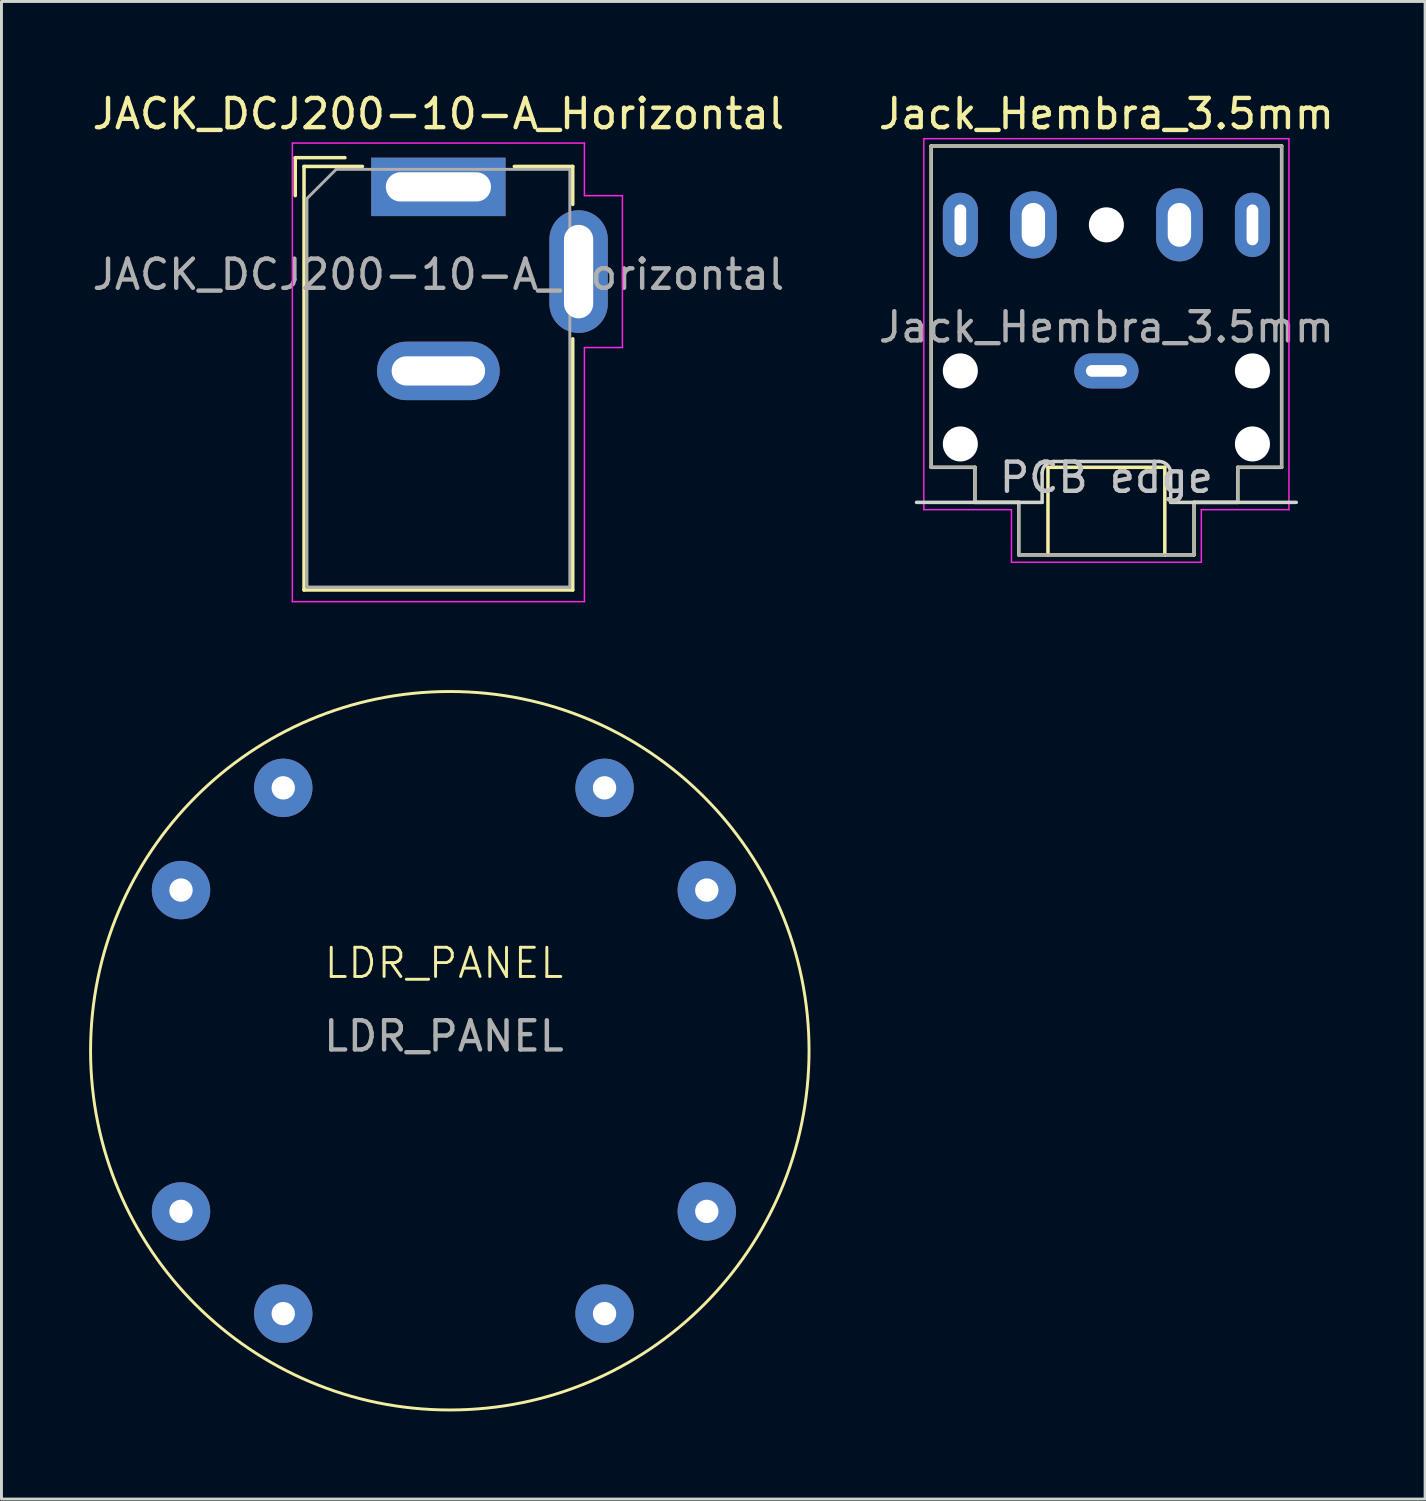
<source format=kicad_pcb>
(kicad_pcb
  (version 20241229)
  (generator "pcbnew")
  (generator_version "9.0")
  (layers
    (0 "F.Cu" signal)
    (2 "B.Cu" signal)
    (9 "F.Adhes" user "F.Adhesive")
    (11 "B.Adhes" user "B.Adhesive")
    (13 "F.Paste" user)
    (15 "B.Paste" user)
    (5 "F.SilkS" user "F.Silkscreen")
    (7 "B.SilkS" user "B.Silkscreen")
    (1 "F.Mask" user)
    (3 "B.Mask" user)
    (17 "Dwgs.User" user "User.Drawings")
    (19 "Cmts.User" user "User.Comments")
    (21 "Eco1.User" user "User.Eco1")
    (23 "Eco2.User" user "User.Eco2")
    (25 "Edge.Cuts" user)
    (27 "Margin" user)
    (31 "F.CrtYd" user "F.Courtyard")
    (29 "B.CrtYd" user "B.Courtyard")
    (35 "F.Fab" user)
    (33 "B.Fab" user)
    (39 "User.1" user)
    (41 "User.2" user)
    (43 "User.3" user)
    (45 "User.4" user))
  (footprint "Jack_Hembra_3.5mm"
    (layer "F.Cu")
    (at 34.827 9.648)
    (property "Reference" "Jack_Hembra_3.5mm" (at 0 -8.8 0) (layer "F.SilkS") (effects (font (size 1 1) (thickness 0.15))))
    (attr through_hole exclude_from_pos_files exclude_from_bom)
    (fp_line (start -6 -7.7) (end 6 -7.7) (stroke (width 0.12) (type solid)) (layer "F.SilkS"))
    (fp_line (start -6 3.3) (end -6 -7.7) (stroke (width 0.12) (type solid)) (layer "F.SilkS"))
    (fp_line (start -4.5 3.3) (end -6 3.3) (stroke (width 0.12) (type solid)) (layer "F.SilkS"))
    (fp_line (start -4.5 4.5) (end -4.5 3.3) (stroke (width 0.12) (type solid)) (layer "F.SilkS"))
    (fp_line (start -3 4.5) (end -4.5 4.5) (stroke (width 0.12) (type solid)) (layer "F.SilkS"))
    (fp_line (start -3 6.3) (end -3 4.5) (stroke (width 0.12) (type solid)) (layer "F.SilkS"))
    (fp_line (start -2 3.3) (end -2 6.3) (stroke (width 0.12) (type solid)) (layer "F.SilkS"))
    (fp_line (start 2 3.3) (end -2 3.3) (stroke (width 0.12) (type solid)) (layer "F.SilkS"))
    (fp_line (start 2 6.3) (end 2 3.3) (stroke (width 0.12) (type solid)) (layer "F.SilkS"))
    (fp_line (start 3 4.5) (end 3 6.3) (stroke (width 0.12) (type solid)) (layer "F.SilkS"))
    (fp_line (start 3 6.3) (end -3 6.3) (stroke (width 0.12) (type solid)) (layer "F.SilkS"))
    (fp_line (start 4.5 3.3) (end 4.5 4.5) (stroke (width 0.12) (type solid)) (layer "F.SilkS"))
    (fp_line (start 4.5 4.5) (end 3 4.5) (stroke (width 0.12) (type solid)) (layer "F.SilkS"))
    (fp_line (start 6 -7.7) (end 6 3.3) (stroke (width 0.12) (type solid)) (layer "F.SilkS"))
    (fp_line (start 6 3.3) (end 4.5 3.3) (stroke (width 0.12) (type solid)) (layer "F.SilkS"))
    (fp_line (start -2.2 3.5) (end -2.2 4.5) (stroke (width 0.12) (type solid)) (layer "Edge.Cuts"))
    (fp_line (start -2.2 4.5) (end -6.5 4.5) (stroke (width 0.12) (type solid)) (layer "Edge.Cuts"))
    (fp_line (start 1.8 3.1) (end -1.8 3.1) (stroke (width 0.12) (type solid)) (layer "Edge.Cuts"))
    (fp_line (start 2.2 3.5) (end 2.2 4.5) (stroke (width 0.12) (type solid)) (layer "Edge.Cuts"))
    (fp_line (start 2.2 4.5) (end 6.5 4.5) (stroke (width 0.12) (type solid)) (layer "Edge.Cuts"))
    (fp_arc (start -2.2 3.5) (mid -2.082842 3.217158) (end -1.8 3.1) (stroke (width 0.12) (type solid)) (layer "Edge.Cuts"))
    (fp_arc (start 1.8 3.1) (mid 2.082843 3.217157) (end 2.2 3.5) (stroke (width 0.12) (type solid)) (layer "Edge.Cuts"))
    (fp_line (start -6.25 -7.95) (end -6.25 4.75) (stroke (width 0.05) (type solid)) (layer "F.CrtYd"))
    (fp_line (start -6.25 4.75) (end -3.25 4.75) (stroke (width 0.05) (type solid)) (layer "F.CrtYd"))
    (fp_line (start -3.25 4.75) (end -3.25 6.55) (stroke (width 0.05) (type solid)) (layer "F.CrtYd"))
    (fp_line (start -3.25 6.55) (end 3.25 6.55) (stroke (width 0.05) (type solid)) (layer "F.CrtYd"))
    (fp_line (start 3.25 4.75) (end 6.25 4.75) (stroke (width 0.05) (type solid)) (layer "F.CrtYd"))
    (fp_line (start 3.25 6.55) (end 3.25 4.75) (stroke (width 0.05) (type solid)) (layer "F.CrtYd"))
    (fp_line (start 6.25 -7.95) (end -6.25 -7.95) (stroke (width 0.05) (type solid)) (layer "F.CrtYd"))
    (fp_line (start 6.25 4.5) (end 6.25 -7.95) (stroke (width 0.05) (type solid)) (layer "F.CrtYd"))
    (fp_line (start 6.25 4.75) (end 6.25 4.5) (stroke (width 0.05) (type solid)) (layer "F.CrtYd"))
    (fp_line (start -6 -7.7) (end 6 -7.7) (stroke (width 0.1) (type solid)) (layer "F.Fab"))
    (fp_line (start -6 3.3) (end -6 -7.7) (stroke (width 0.1) (type solid)) (layer "F.Fab"))
    (fp_line (start -4.5 3.3) (end -6 3.3) (stroke (width 0.1) (type solid)) (layer "F.Fab"))
    (fp_line (start -4.5 4.5) (end -4.5 3.3) (stroke (width 0.1) (type solid)) (layer "F.Fab"))
    (fp_line (start -4.5 4.5) (end -3 4.5) (stroke (width 0.1) (type solid)) (layer "F.Fab"))
    (fp_line (start -3 4.5) (end -3 6.3) (stroke (width 0.1) (type solid)) (layer "F.Fab"))
    (fp_line (start -3 6.3) (end 3 6.3) (stroke (width 0.1) (type solid)) (layer "F.Fab"))
    (fp_line (start 3 4.5) (end 3 6.3) (stroke (width 0.1) (type solid)) (layer "F.Fab"))
    (fp_line (start 4.5 3.3) (end 6 3.3) (stroke (width 0.1) (type solid)) (layer "F.Fab"))
    (fp_line (start 4.5 4.5) (end 3 4.5) (stroke (width 0.1) (type solid)) (layer "F.Fab"))
    (fp_line (start 4.5 4.5) (end 4.5 3.3) (stroke (width 0.1) (type solid)) (layer "F.Fab"))
    (fp_line (start 6 3.3) (end 6 -7.7) (stroke (width 0.1) (type solid)) (layer "F.Fab"))
    (fp_text user "PCB edge" (at 0 3.65 0) (unlocked yes) (layer "Dwgs.User") (effects (font (size 1 1) (thickness 0.15))))
    (fp_text user "${REFERENCE}" (at 0 -1.5 0) (layer "F.Fab") (effects (font (size 1 1) (thickness 0.15))))
    (pad "" np_thru_hole circle (at -5 0) (size 1.2 1.2) (drill 1.2) (layers "*.Cu" "*.Mask"))
    (pad "" np_thru_hole circle (at -5 2.5) (size 1.2 1.2) (drill 1.2) (layers "*.Cu" "*.Mask"))
    (pad "" np_thru_hole circle (at 0 -5) (size 1.2 1.2) (drill 1.2) (layers "*.Cu" "*.Mask"))
    (pad "" np_thru_hole circle (at 5 0) (size 1.2 1.2) (drill 1.2) (layers "*.Cu" "*.Mask"))
    (pad "" np_thru_hole circle (at 5 2.5) (size 1.2 1.2) (drill 1.2) (layers "*.Cu" "*.Mask"))
    (pad "R" thru_hole oval (at -5 -5) (size 1.2 2.2) (drill oval 0.4 1.4) (layers "*.Cu" "*.Mask"))
    (pad "RN" thru_hole oval (at -2.5 -5) (size 1.6 2.3) (drill oval 0.8 1.5) (layers "*.Cu" "*.Mask"))
    (pad "S" thru_hole oval (at 0 0) (size 2.2 1.2) (drill oval 1.4 0.4) (layers "*.Cu" "*.Mask"))
    (pad "T" thru_hole oval (at 5 -5 180) (size 1.2 2.2) (drill oval 0.4 1.4) (layers "*.Cu" "*.Mask"))
    (pad "TN" thru_hole oval (at 2.5 -5 180) (size 1.6 2.5) (drill oval 0.8 1.5) (layers "*.Cu" "*.Mask")))
  (footprint "LDR_PANEL"
    (layer "F.Cu")
    (at 12.647 32.922)
    (property "Reference" "LDR_PANEL" (at -0.5 -3 0) (unlocked yes) (layer "F.SilkS") (effects (font (size 1 1) (thickness 0.1))))
    (attr smd)
    (fp_circle (center -0.298 0) (end -11.298 -5.5) (stroke (width 0.1) (type default)) (fill no) (layer "F.SilkS"))
    (fp_text user "${REFERENCE}" (at -0.5 -0.5 0) (unlocked yes) (layer "F.Fab") (effects (font (size 1 1) (thickness 0.15))))
    (pad "1" thru_hole circle (at -9.5 5.5 180) (size 2 2) (drill 0.8) (layers "*.Cu" "*.Mask"))
    (pad "2" thru_hole circle (at -6 9 90) (size 2 2) (drill 0.8) (layers "*.Cu" "*.Mask"))
    (pad "3" thru_hole circle (at 5 9 90) (size 2 2) (drill 0.8) (layers "*.Cu" "*.Mask"))
    (pad "4" thru_hole circle (at 8.5 5.5 180) (size 2 2) (drill 0.8) (layers "*.Cu" "*.Mask"))
    (pad "5" thru_hole circle (at 8.5 -5.5 180) (size 2 2) (drill 0.8) (layers "*.Cu" "*.Mask"))
    (pad "6" thru_hole circle (at 5 -9 90) (size 2 2) (drill 0.8) (layers "*.Cu" "*.Mask"))
    (pad "7" thru_hole circle (at -6 -9 90) (size 2 2) (drill 0.8) (layers "*.Cu" "*.Mask"))
    (pad "8" thru_hole circle (at -9.5 -5.5 180) (size 2 2) (drill 0.8) (layers "*.Cu" "*.Mask")))
  (footprint "JACK_DCJ200-10-A_Horizontal"
    (layer "F.Cu")
    (at 11.958 3.348)
    (property "Reference" "JACK_DCJ200-10-A_Horizontal" (at 0 -2.5 0) (layer "F.SilkS") (effects (font (size 1 1) (thickness 0.15))))
    (attr through_hole)
    (fp_line (start -4.9 -1) (end -4.9 0.3) (stroke (width 0.12) (type solid)) (layer "F.SilkS"))
    (fp_line (start -4.6 -0.7) (end -2.6 -0.7) (stroke (width 0.12) (type solid)) (layer "F.SilkS"))
    (fp_line (start -4.6 13.8) (end -4.6 -0.7) (stroke (width 0.12) (type solid)) (layer "F.SilkS"))
    (fp_line (start -3.2 -1) (end -4.9 -1) (stroke (width 0.12) (type solid)) (layer "F.SilkS"))
    (fp_line (start 2.6 -0.7) (end 4.6 -0.7) (stroke (width 0.12) (type solid)) (layer "F.SilkS"))
    (fp_line (start 4.6 -0.7) (end 4.6 0.6) (stroke (width 0.12) (type solid)) (layer "F.SilkS"))
    (fp_line (start 4.6 5.2) (end 4.6 13.8) (stroke (width 0.12) (type solid)) (layer "F.SilkS"))
    (fp_line (start 4.6 13.8) (end -4.6 13.8) (stroke (width 0.12) (type solid)) (layer "F.SilkS"))
    (fp_line (start -5 -1.5) (end -5 14.2) (stroke (width 0.05) (type solid)) (layer "F.CrtYd"))
    (fp_line (start -5 14.2) (end 5 14.2) (stroke (width 0.05) (type solid)) (layer "F.CrtYd"))
    (fp_line (start 5 -1.5) (end -5 -1.5) (stroke (width 0.05) (type solid)) (layer "F.CrtYd"))
    (fp_line (start 5 0.3) (end 5 -1.5) (stroke (width 0.05) (type solid)) (layer "F.CrtYd"))
    (fp_line (start 5 14.2) (end 5 5.5) (stroke (width 0.05) (type solid)) (layer "F.CrtYd"))
    (fp_line (start 6.3 0.3) (end 5 0.3) (stroke (width 0.05) (type solid)) (layer "F.CrtYd"))
    (fp_line (start 6.3 0.3) (end 6.3 5.5) (stroke (width 0.05) (type solid)) (layer "F.CrtYd"))
    (fp_line (start 6.3 5.5) (end 5 5.5) (stroke (width 0.05) (type solid)) (layer "F.CrtYd"))
    (fp_line (start -4.5 0.4) (end -3.5 -0.6) (stroke (width 0.1) (type solid)) (layer "F.Fab"))
    (fp_line (start -4.5 13.7) (end -4.5 0.4) (stroke (width 0.1) (type solid)) (layer "F.Fab"))
    (fp_line (start 4.5 -0.6) (end -3.5 -0.6) (stroke (width 0.1) (type solid)) (layer "F.Fab"))
    (fp_line (start 4.5 -0.6) (end 4.5 13.7) (stroke (width 0.1) (type solid)) (layer "F.Fab"))
    (fp_line (start 4.5 13.7) (end -4.5 13.7) (stroke (width 0.1) (type solid)) (layer "F.Fab"))
    (fp_text user "${REFERENCE}" (at 0 3 0) (layer "F.Fab") (effects (font (size 1 1) (thickness 0.15))))
    (pad "1" thru_hole rect (at 0 0) (size 4.6 2) (drill oval 3.6 1) (layers "*.Cu" "*.Mask"))
    (pad "2" thru_hole oval (at 0 6.3) (size 4.2 2) (drill oval 3.2 1) (layers "*.Cu" "*.Mask"))
    (pad "3" thru_hole oval (at 4.8 2.9) (size 2 4.2) (drill oval 1 3.2) (layers "*.Cu" "*.Mask")))
  (gr_rect
    (start -3 -3)
    (end 45.738 48.27)
    (stroke (width 0.1) (type default))
    (fill no)
    (layer "Edge.Cuts")))
</source>
